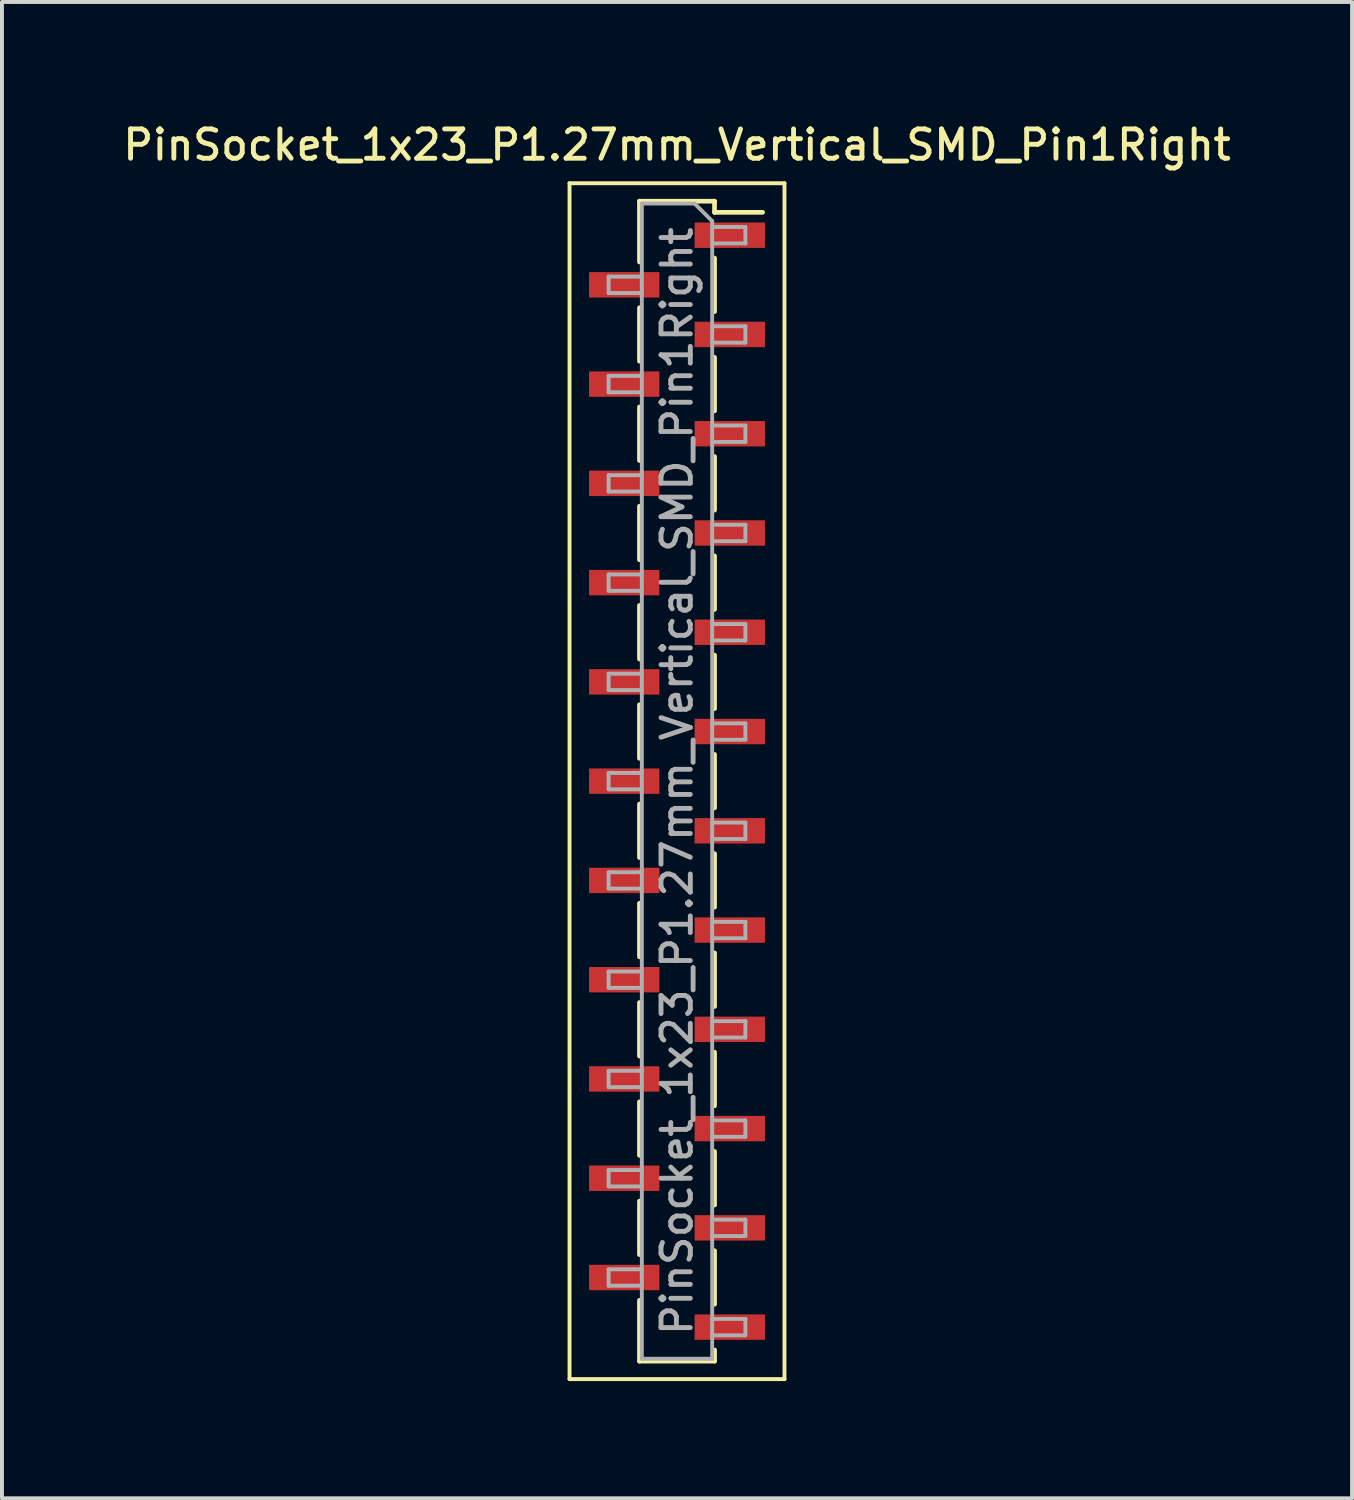
<source format=kicad_pcb>
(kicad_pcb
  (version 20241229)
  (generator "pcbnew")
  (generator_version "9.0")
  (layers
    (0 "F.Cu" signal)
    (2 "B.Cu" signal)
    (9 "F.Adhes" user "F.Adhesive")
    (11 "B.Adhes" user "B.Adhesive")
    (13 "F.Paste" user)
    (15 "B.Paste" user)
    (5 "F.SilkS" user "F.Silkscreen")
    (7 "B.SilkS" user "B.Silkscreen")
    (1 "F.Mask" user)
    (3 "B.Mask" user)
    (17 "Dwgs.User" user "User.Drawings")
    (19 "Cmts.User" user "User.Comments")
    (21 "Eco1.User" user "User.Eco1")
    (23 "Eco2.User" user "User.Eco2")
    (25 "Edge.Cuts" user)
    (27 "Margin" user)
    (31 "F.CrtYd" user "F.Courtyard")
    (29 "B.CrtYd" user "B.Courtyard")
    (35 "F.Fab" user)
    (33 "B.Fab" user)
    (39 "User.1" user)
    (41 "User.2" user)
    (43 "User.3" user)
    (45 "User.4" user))
  (footprint "PinSocket_1x23_P1.27mm_Vertical_SMD_Pin1Right"
    (layer "F.Cu")
    (at 14.273 16.938)
    (property "Reference" "PinSocket_1x23_P1.27mm_Vertical_SMD_Pin1Right" (at 0 -16.28 0) (layer "F.SilkS") (effects (font (size 0.75 0.75) (thickness 0.125))))
    (attr smd)
    (fp_line (start -2.75 -15.3) (end 2.75 -15.3) (stroke (width 0.1) (type solid)) (layer "F.SilkS"))
    (fp_line (start -2.75 15.3) (end -2.75 -15.3) (stroke (width 0.1) (type solid)) (layer "F.SilkS"))
    (fp_line (start -0.96 -14.84) (end -0.96 -13.285) (stroke (width 0.12) (type solid)) (layer "F.SilkS"))
    (fp_line (start -0.96 -14.84) (end 0.96 -14.84) (stroke (width 0.12) (type solid)) (layer "F.SilkS"))
    (fp_line (start -0.96 -12.115) (end -0.96 -10.745) (stroke (width 0.12) (type solid)) (layer "F.SilkS"))
    (fp_line (start -0.96 -9.575) (end -0.96 -8.205) (stroke (width 0.12) (type solid)) (layer "F.SilkS"))
    (fp_line (start -0.96 -7.035) (end -0.96 -5.665) (stroke (width 0.12) (type solid)) (layer "F.SilkS"))
    (fp_line (start -0.96 -4.495) (end -0.96 -3.125) (stroke (width 0.12) (type solid)) (layer "F.SilkS"))
    (fp_line (start -0.96 -1.955) (end -0.96 -0.585) (stroke (width 0.12) (type solid)) (layer "F.SilkS"))
    (fp_line (start -0.96 0.585) (end -0.96 1.955) (stroke (width 0.12) (type solid)) (layer "F.SilkS"))
    (fp_line (start -0.96 3.125) (end -0.96 4.495) (stroke (width 0.12) (type solid)) (layer "F.SilkS"))
    (fp_line (start -0.96 5.665) (end -0.96 7.035) (stroke (width 0.12) (type solid)) (layer "F.SilkS"))
    (fp_line (start -0.96 8.205) (end -0.96 9.575) (stroke (width 0.12) (type solid)) (layer "F.SilkS"))
    (fp_line (start -0.96 10.745) (end -0.96 12.115) (stroke (width 0.12) (type solid)) (layer "F.SilkS"))
    (fp_line (start -0.96 13.285) (end -0.96 14.84) (stroke (width 0.12) (type solid)) (layer "F.SilkS"))
    (fp_line (start -0.96 14.84) (end 0.96 14.84) (stroke (width 0.12) (type solid)) (layer "F.SilkS"))
    (fp_line (start 0.96 -14.84) (end 0.96 -14.555) (stroke (width 0.12) (type solid)) (layer "F.SilkS"))
    (fp_line (start 0.96 -14.555) (end 2.19 -14.555) (stroke (width 0.12) (type solid)) (layer "F.SilkS"))
    (fp_line (start 0.96 -13.385) (end 0.96 -12.015) (stroke (width 0.12) (type solid)) (layer "F.SilkS"))
    (fp_line (start 0.96 -10.845) (end 0.96 -9.475) (stroke (width 0.12) (type solid)) (layer "F.SilkS"))
    (fp_line (start 0.96 -8.305) (end 0.96 -6.935) (stroke (width 0.12) (type solid)) (layer "F.SilkS"))
    (fp_line (start 0.96 -5.765) (end 0.96 -4.395) (stroke (width 0.12) (type solid)) (layer "F.SilkS"))
    (fp_line (start 0.96 -3.225) (end 0.96 -1.855) (stroke (width 0.12) (type solid)) (layer "F.SilkS"))
    (fp_line (start 0.96 -0.685) (end 0.96 0.685) (stroke (width 0.12) (type solid)) (layer "F.SilkS"))
    (fp_line (start 0.96 1.855) (end 0.96 3.225) (stroke (width 0.12) (type solid)) (layer "F.SilkS"))
    (fp_line (start 0.96 4.395) (end 0.96 5.765) (stroke (width 0.12) (type solid)) (layer "F.SilkS"))
    (fp_line (start 0.96 6.935) (end 0.96 8.305) (stroke (width 0.12) (type solid)) (layer "F.SilkS"))
    (fp_line (start 0.96 9.475) (end 0.96 10.845) (stroke (width 0.12) (type solid)) (layer "F.SilkS"))
    (fp_line (start 0.96 12.015) (end 0.96 13.385) (stroke (width 0.12) (type solid)) (layer "F.SilkS"))
    (fp_line (start 0.96 14.555) (end 0.96 14.84) (stroke (width 0.12) (type solid)) (layer "F.SilkS"))
    (fp_line (start 2.75 -15.3) (end 2.75 15.3) (stroke (width 0.1) (type solid)) (layer "F.SilkS"))
    (fp_line (start 2.75 15.3) (end -2.75 15.3) (stroke (width 0.1) (type solid)) (layer "F.SilkS"))
    (fp_line (start -1.75 -12.91) (end -0.9 -12.91) (stroke (width 0.1) (type solid)) (layer "F.Fab"))
    (fp_line (start -1.75 -12.49) (end -1.75 -12.91) (stroke (width 0.1) (type solid)) (layer "F.Fab"))
    (fp_line (start -1.75 -10.37) (end -0.9 -10.37) (stroke (width 0.1) (type solid)) (layer "F.Fab"))
    (fp_line (start -1.75 -9.95) (end -1.75 -10.37) (stroke (width 0.1) (type solid)) (layer "F.Fab"))
    (fp_line (start -1.75 -7.83) (end -0.9 -7.83) (stroke (width 0.1) (type solid)) (layer "F.Fab"))
    (fp_line (start -1.75 -7.41) (end -1.75 -7.83) (stroke (width 0.1) (type solid)) (layer "F.Fab"))
    (fp_line (start -1.75 -5.29) (end -0.9 -5.29) (stroke (width 0.1) (type solid)) (layer "F.Fab"))
    (fp_line (start -1.75 -4.87) (end -1.75 -5.29) (stroke (width 0.1) (type solid)) (layer "F.Fab"))
    (fp_line (start -1.75 -2.75) (end -0.9 -2.75) (stroke (width 0.1) (type solid)) (layer "F.Fab"))
    (fp_line (start -1.75 -2.33) (end -1.75 -2.75) (stroke (width 0.1) (type solid)) (layer "F.Fab"))
    (fp_line (start -1.75 -0.21) (end -0.9 -0.21) (stroke (width 0.1) (type solid)) (layer "F.Fab"))
    (fp_line (start -1.75 0.21) (end -1.75 -0.21) (stroke (width 0.1) (type solid)) (layer "F.Fab"))
    (fp_line (start -1.75 2.33) (end -0.9 2.33) (stroke (width 0.1) (type solid)) (layer "F.Fab"))
    (fp_line (start -1.75 2.75) (end -1.75 2.33) (stroke (width 0.1) (type solid)) (layer "F.Fab"))
    (fp_line (start -1.75 4.87) (end -0.9 4.87) (stroke (width 0.1) (type solid)) (layer "F.Fab"))
    (fp_line (start -1.75 5.29) (end -1.75 4.87) (stroke (width 0.1) (type solid)) (layer "F.Fab"))
    (fp_line (start -1.75 7.41) (end -0.9 7.41) (stroke (width 0.1) (type solid)) (layer "F.Fab"))
    (fp_line (start -1.75 7.83) (end -1.75 7.41) (stroke (width 0.1) (type solid)) (layer "F.Fab"))
    (fp_line (start -1.75 9.95) (end -0.9 9.95) (stroke (width 0.1) (type solid)) (layer "F.Fab"))
    (fp_line (start -1.75 10.37) (end -1.75 9.95) (stroke (width 0.1) (type solid)) (layer "F.Fab"))
    (fp_line (start -1.75 12.49) (end -0.9 12.49) (stroke (width 0.1) (type solid)) (layer "F.Fab"))
    (fp_line (start -1.75 12.91) (end -1.75 12.49) (stroke (width 0.1) (type solid)) (layer "F.Fab"))
    (fp_line (start -0.9 -14.78) (end 0.45 -14.78) (stroke (width 0.1) (type solid)) (layer "F.Fab"))
    (fp_line (start -0.9 -12.49) (end -1.75 -12.49) (stroke (width 0.1) (type solid)) (layer "F.Fab"))
    (fp_line (start -0.9 -9.95) (end -1.75 -9.95) (stroke (width 0.1) (type solid)) (layer "F.Fab"))
    (fp_line (start -0.9 -7.41) (end -1.75 -7.41) (stroke (width 0.1) (type solid)) (layer "F.Fab"))
    (fp_line (start -0.9 -4.87) (end -1.75 -4.87) (stroke (width 0.1) (type solid)) (layer "F.Fab"))
    (fp_line (start -0.9 -2.33) (end -1.75 -2.33) (stroke (width 0.1) (type solid)) (layer "F.Fab"))
    (fp_line (start -0.9 0.21) (end -1.75 0.21) (stroke (width 0.1) (type solid)) (layer "F.Fab"))
    (fp_line (start -0.9 2.75) (end -1.75 2.75) (stroke (width 0.1) (type solid)) (layer "F.Fab"))
    (fp_line (start -0.9 5.29) (end -1.75 5.29) (stroke (width 0.1) (type solid)) (layer "F.Fab"))
    (fp_line (start -0.9 7.83) (end -1.75 7.83) (stroke (width 0.1) (type solid)) (layer "F.Fab"))
    (fp_line (start -0.9 10.37) (end -1.75 10.37) (stroke (width 0.1) (type solid)) (layer "F.Fab"))
    (fp_line (start -0.9 12.91) (end -1.75 12.91) (stroke (width 0.1) (type solid)) (layer "F.Fab"))
    (fp_line (start -0.9 14.78) (end -0.9 -14.78) (stroke (width 0.1) (type solid)) (layer "F.Fab"))
    (fp_line (start 0.45 -14.78) (end 0.9 -14.33) (stroke (width 0.1) (type solid)) (layer "F.Fab"))
    (fp_line (start 0.9 -14.33) (end 0.9 14.78) (stroke (width 0.1) (type solid)) (layer "F.Fab"))
    (fp_line (start 0.9 -14.18) (end 1.75 -14.18) (stroke (width 0.1) (type solid)) (layer "F.Fab"))
    (fp_line (start 0.9 -11.64) (end 1.75 -11.64) (stroke (width 0.1) (type solid)) (layer "F.Fab"))
    (fp_line (start 0.9 -9.1) (end 1.75 -9.1) (stroke (width 0.1) (type solid)) (layer "F.Fab"))
    (fp_line (start 0.9 -6.56) (end 1.75 -6.56) (stroke (width 0.1) (type solid)) (layer "F.Fab"))
    (fp_line (start 0.9 -4.02) (end 1.75 -4.02) (stroke (width 0.1) (type solid)) (layer "F.Fab"))
    (fp_line (start 0.9 -1.48) (end 1.75 -1.48) (stroke (width 0.1) (type solid)) (layer "F.Fab"))
    (fp_line (start 0.9 1.06) (end 1.75 1.06) (stroke (width 0.1) (type solid)) (layer "F.Fab"))
    (fp_line (start 0.9 3.6) (end 1.75 3.6) (stroke (width 0.1) (type solid)) (layer "F.Fab"))
    (fp_line (start 0.9 6.14) (end 1.75 6.14) (stroke (width 0.1) (type solid)) (layer "F.Fab"))
    (fp_line (start 0.9 8.68) (end 1.75 8.68) (stroke (width 0.1) (type solid)) (layer "F.Fab"))
    (fp_line (start 0.9 11.22) (end 1.75 11.22) (stroke (width 0.1) (type solid)) (layer "F.Fab"))
    (fp_line (start 0.9 13.76) (end 1.75 13.76) (stroke (width 0.1) (type solid)) (layer "F.Fab"))
    (fp_line (start 0.9 14.78) (end -0.9 14.78) (stroke (width 0.1) (type solid)) (layer "F.Fab"))
    (fp_line (start 1.75 -14.18) (end 1.75 -13.76) (stroke (width 0.1) (type solid)) (layer "F.Fab"))
    (fp_line (start 1.75 -13.76) (end 0.9 -13.76) (stroke (width 0.1) (type solid)) (layer "F.Fab"))
    (fp_line (start 1.75 -11.64) (end 1.75 -11.22) (stroke (width 0.1) (type solid)) (layer "F.Fab"))
    (fp_line (start 1.75 -11.22) (end 0.9 -11.22) (stroke (width 0.1) (type solid)) (layer "F.Fab"))
    (fp_line (start 1.75 -9.1) (end 1.75 -8.68) (stroke (width 0.1) (type solid)) (layer "F.Fab"))
    (fp_line (start 1.75 -8.68) (end 0.9 -8.68) (stroke (width 0.1) (type solid)) (layer "F.Fab"))
    (fp_line (start 1.75 -6.56) (end 1.75 -6.14) (stroke (width 0.1) (type solid)) (layer "F.Fab"))
    (fp_line (start 1.75 -6.14) (end 0.9 -6.14) (stroke (width 0.1) (type solid)) (layer "F.Fab"))
    (fp_line (start 1.75 -4.02) (end 1.75 -3.6) (stroke (width 0.1) (type solid)) (layer "F.Fab"))
    (fp_line (start 1.75 -3.6) (end 0.9 -3.6) (stroke (width 0.1) (type solid)) (layer "F.Fab"))
    (fp_line (start 1.75 -1.48) (end 1.75 -1.06) (stroke (width 0.1) (type solid)) (layer "F.Fab"))
    (fp_line (start 1.75 -1.06) (end 0.9 -1.06) (stroke (width 0.1) (type solid)) (layer "F.Fab"))
    (fp_line (start 1.75 1.06) (end 1.75 1.48) (stroke (width 0.1) (type solid)) (layer "F.Fab"))
    (fp_line (start 1.75 1.48) (end 0.9 1.48) (stroke (width 0.1) (type solid)) (layer "F.Fab"))
    (fp_line (start 1.75 3.6) (end 1.75 4.02) (stroke (width 0.1) (type solid)) (layer "F.Fab"))
    (fp_line (start 1.75 4.02) (end 0.9 4.02) (stroke (width 0.1) (type solid)) (layer "F.Fab"))
    (fp_line (start 1.75 6.14) (end 1.75 6.56) (stroke (width 0.1) (type solid)) (layer "F.Fab"))
    (fp_line (start 1.75 6.56) (end 0.9 6.56) (stroke (width 0.1) (type solid)) (layer "F.Fab"))
    (fp_line (start 1.75 8.68) (end 1.75 9.1) (stroke (width 0.1) (type solid)) (layer "F.Fab"))
    (fp_line (start 1.75 9.1) (end 0.9 9.1) (stroke (width 0.1) (type solid)) (layer "F.Fab"))
    (fp_line (start 1.75 11.22) (end 1.75 11.64) (stroke (width 0.1) (type solid)) (layer "F.Fab"))
    (fp_line (start 1.75 11.64) (end 0.9 11.64) (stroke (width 0.1) (type solid)) (layer "F.Fab"))
    (fp_line (start 1.75 13.76) (end 1.75 14.18) (stroke (width 0.1) (type solid)) (layer "F.Fab"))
    (fp_line (start 1.75 14.18) (end 0.9 14.18) (stroke (width 0.1) (type solid)) (layer "F.Fab"))
    (fp_text user "${REFERENCE}" (at 0 0 90) (layer "F.Fab") (effects (font (size 0.75 0.75) (thickness 0.125))))
    (pad "1" smd rect (at 1.35 -13.97) (size 1.8 0.65) (layers "F.Cu" "F.Mask" "F.Paste"))
    (pad "2" smd rect (at -1.35 -12.7) (size 1.8 0.65) (layers "F.Cu" "F.Mask" "F.Paste"))
    (pad "3" smd rect (at 1.35 -11.43) (size 1.8 0.65) (layers "F.Cu" "F.Mask" "F.Paste"))
    (pad "4" smd rect (at -1.35 -10.16) (size 1.8 0.65) (layers "F.Cu" "F.Mask" "F.Paste"))
    (pad "5" smd rect (at 1.35 -8.89) (size 1.8 0.65) (layers "F.Cu" "F.Mask" "F.Paste"))
    (pad "6" smd rect (at -1.35 -7.62) (size 1.8 0.65) (layers "F.Cu" "F.Mask" "F.Paste"))
    (pad "7" smd rect (at 1.35 -6.35) (size 1.8 0.65) (layers "F.Cu" "F.Mask" "F.Paste"))
    (pad "8" smd rect (at -1.35 -5.08) (size 1.8 0.65) (layers "F.Cu" "F.Mask" "F.Paste"))
    (pad "9" smd rect (at 1.35 -3.81) (size 1.8 0.65) (layers "F.Cu" "F.Mask" "F.Paste"))
    (pad "10" smd rect (at -1.35 -2.54) (size 1.8 0.65) (layers "F.Cu" "F.Mask" "F.Paste"))
    (pad "11" smd rect (at 1.35 -1.27) (size 1.8 0.65) (layers "F.Cu" "F.Mask" "F.Paste"))
    (pad "12" smd rect (at -1.35 0) (size 1.8 0.65) (layers "F.Cu" "F.Mask" "F.Paste"))
    (pad "13" smd rect (at 1.35 1.27) (size 1.8 0.65) (layers "F.Cu" "F.Mask" "F.Paste"))
    (pad "14" smd rect (at -1.35 2.54) (size 1.8 0.65) (layers "F.Cu" "F.Mask" "F.Paste"))
    (pad "15" smd rect (at 1.35 3.81) (size 1.8 0.65) (layers "F.Cu" "F.Mask" "F.Paste"))
    (pad "16" smd rect (at -1.35 5.08) (size 1.8 0.65) (layers "F.Cu" "F.Mask" "F.Paste"))
    (pad "17" smd rect (at 1.35 6.35) (size 1.8 0.65) (layers "F.Cu" "F.Mask" "F.Paste"))
    (pad "18" smd rect (at -1.35 7.62) (size 1.8 0.65) (layers "F.Cu" "F.Mask" "F.Paste"))
    (pad "19" smd rect (at 1.35 8.89) (size 1.8 0.65) (layers "F.Cu" "F.Mask" "F.Paste"))
    (pad "20" smd rect (at -1.35 10.16) (size 1.8 0.65) (layers "F.Cu" "F.Mask" "F.Paste"))
    (pad "21" smd rect (at 1.35 11.43) (size 1.8 0.65) (layers "F.Cu" "F.Mask" "F.Paste"))
    (pad "22" smd rect (at -1.35 12.7) (size 1.8 0.65) (layers "F.Cu" "F.Mask" "F.Paste"))
    (pad "23" smd rect (at 1.35 13.97) (size 1.8 0.65) (layers "F.Cu" "F.Mask" "F.Paste")))
  (gr_rect
    (start -3 -3)
    (end 31.546 35.288)
    (stroke (width 0.1) (type default))
    (fill no)
    (layer "Edge.Cuts")))
</source>
